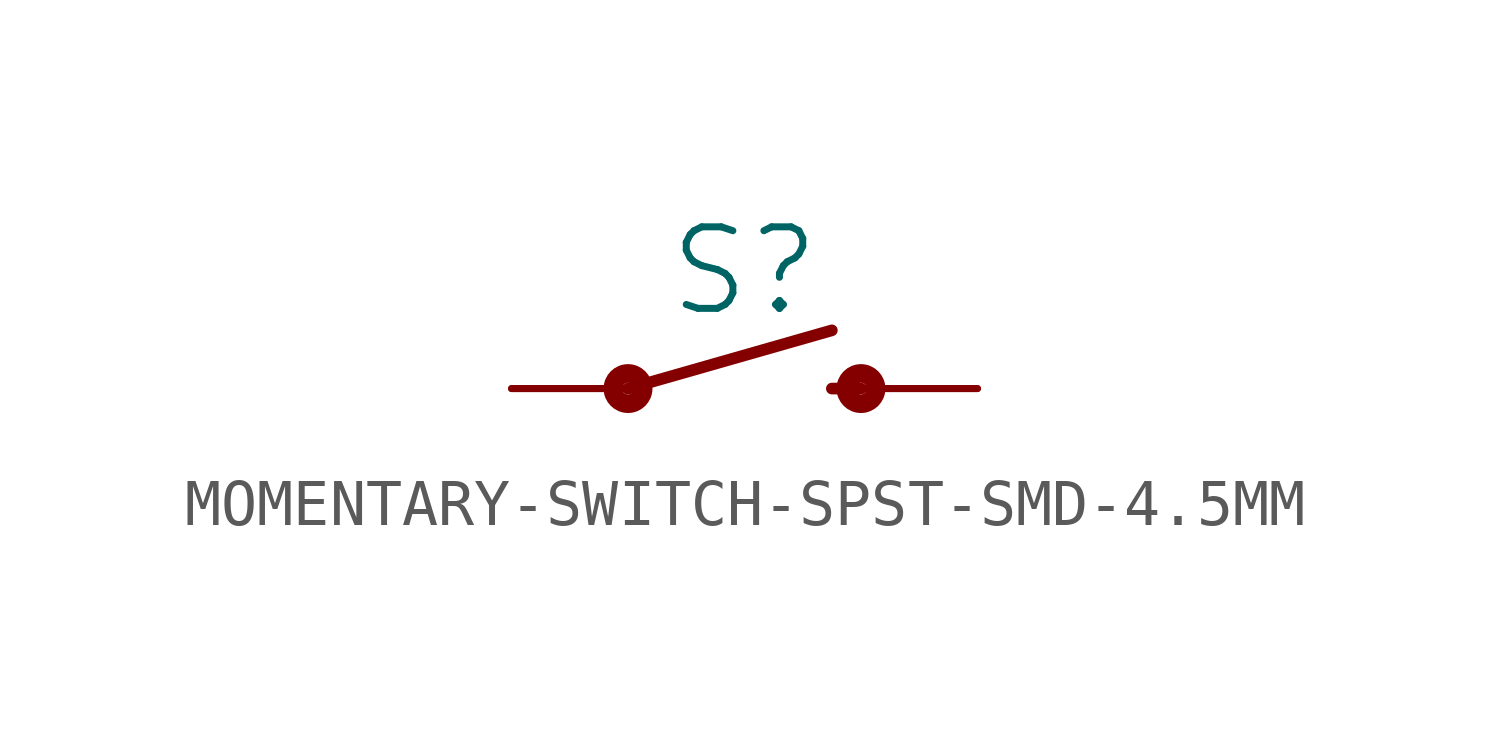
<source format=kicad_sym>
(kicad_symbol_lib
  (version 20241209)
  (generator "kicad_symbol_editor")
  (generator_version "9.0")
  (symbol "MOMENTARY-SWITCH-SPST-SMD-4.5MM"
    (property "Reference" "S"
      (at 0 1.524 0)
      (effects (font (size 1.778 1.778)) (justify bottom)))
    (property "Value" ""
      (at 0 -0.508 0)
      (effects (font (size 1.778 1.778)) (justify top)))
    (property "ki_locked" ""
      (at 0 0 0)
      (effects (font (size 1.27 1.27))))
    (symbol "MOMENTARY-SWITCH-SPST-SMD-4.5MM_1_0"
      (circle (center -2.54 0) (radius 0.127) (stroke (width 0.406) (type solid)) (fill (type none)))
      (polyline (pts (xy -2.54 0) (xy 1.905 1.27)) (stroke (width 0.254) (type solid)) (fill (type none)))
      (polyline (pts (xy 1.905 0) (xy 2.54 0)) (stroke (width 0.254) (type solid)) (fill (type none)))
      (circle (center 2.54 0) (radius 0.127) (stroke (width 0.406) (type solid)) (fill (type none)))
      (pin passive line (at -5.08 0 0) (length 2.54) (name "1" (effects (font (size 0 0)))) (number "2" (effects (font (size 0 0)))))
      (pin passive line (at -5.08 0 0) (length 2.54) (name "1" (effects (font (size 0 0)))) (number "3" (effects (font (size 0 0)))))
      (pin passive line (at 5.08 0 180) (length 2.54) (name "2" (effects (font (size 0 0)))) (number "1" (effects (font (size 0 0)))))
      (pin passive line (at 5.08 0 180) (length 2.54) (name "2" (effects (font (size 0 0)))) (number "4" (effects (font (size 0 0))))))))
</source>
